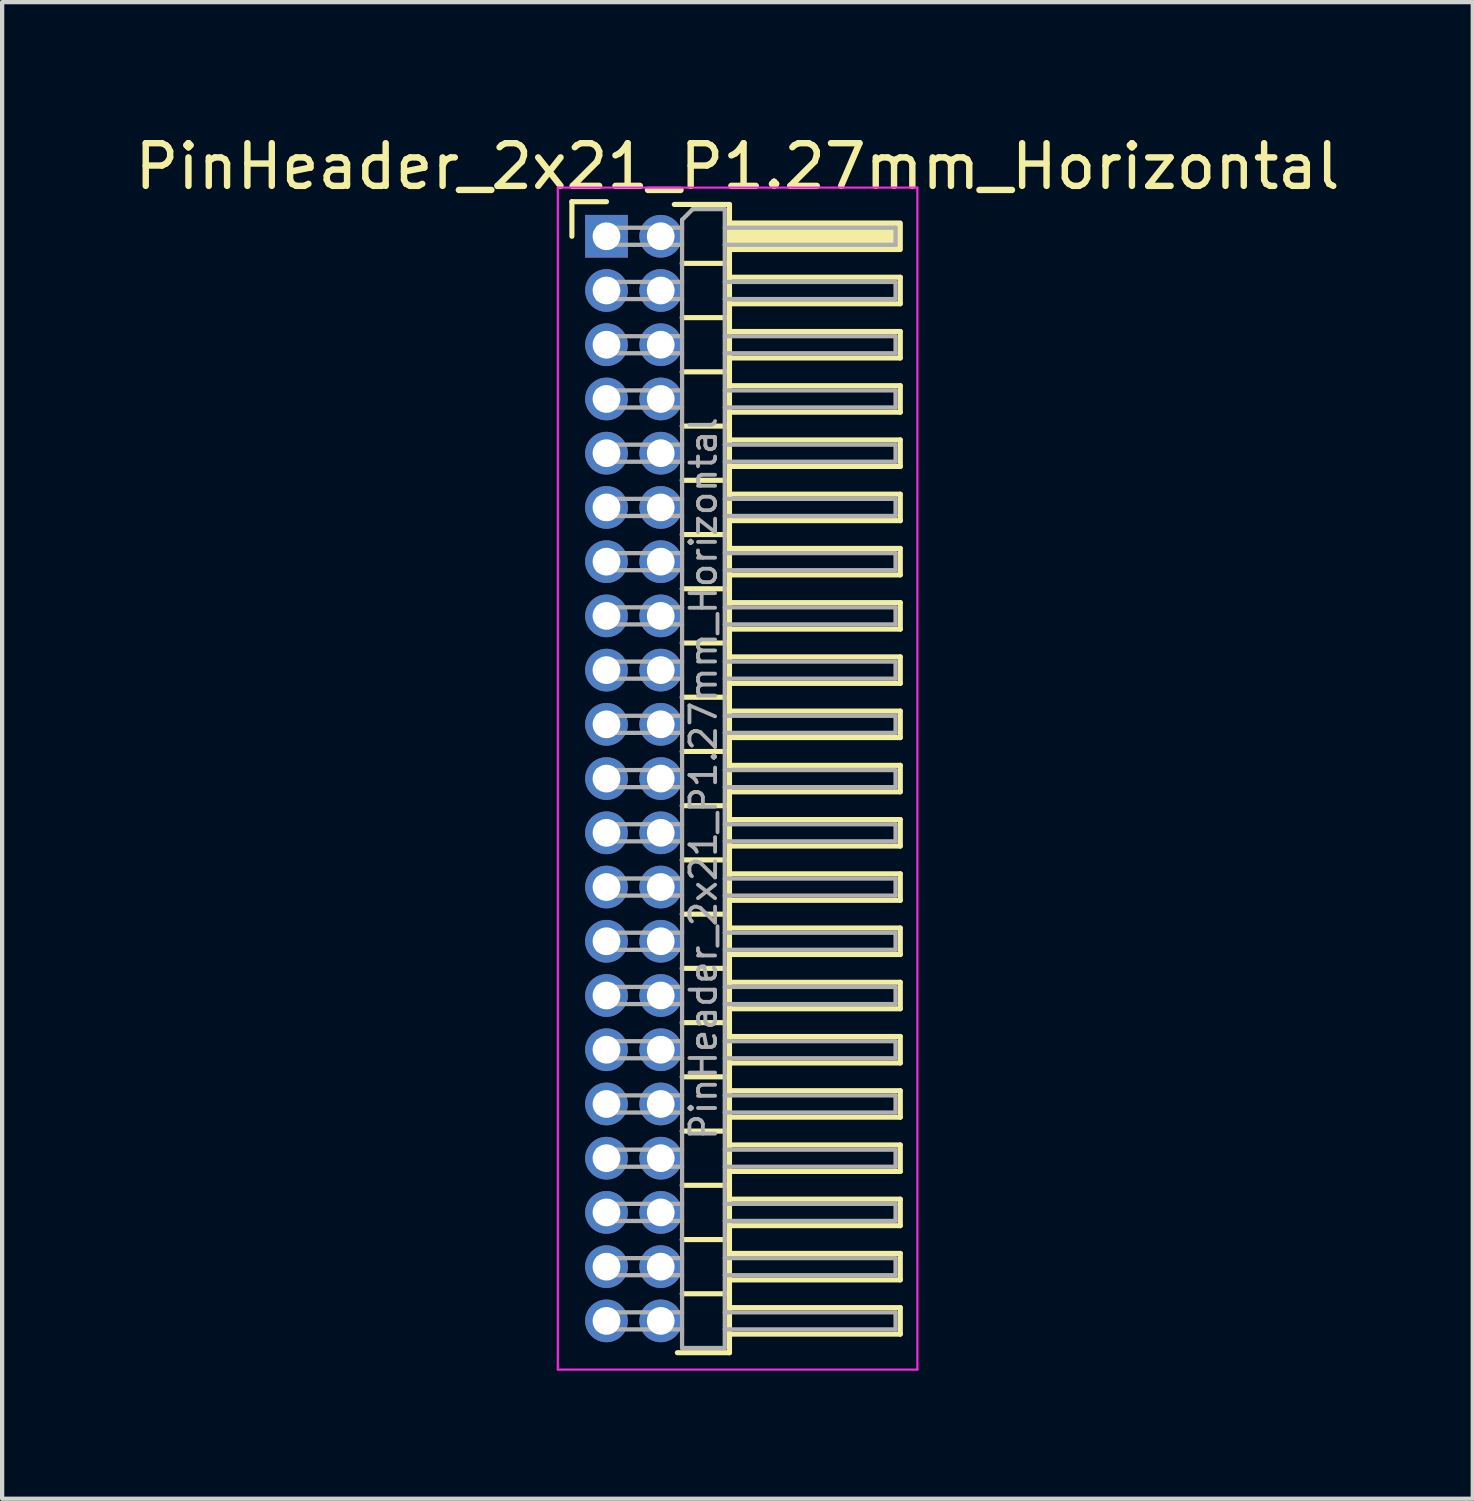
<source format=kicad_pcb>
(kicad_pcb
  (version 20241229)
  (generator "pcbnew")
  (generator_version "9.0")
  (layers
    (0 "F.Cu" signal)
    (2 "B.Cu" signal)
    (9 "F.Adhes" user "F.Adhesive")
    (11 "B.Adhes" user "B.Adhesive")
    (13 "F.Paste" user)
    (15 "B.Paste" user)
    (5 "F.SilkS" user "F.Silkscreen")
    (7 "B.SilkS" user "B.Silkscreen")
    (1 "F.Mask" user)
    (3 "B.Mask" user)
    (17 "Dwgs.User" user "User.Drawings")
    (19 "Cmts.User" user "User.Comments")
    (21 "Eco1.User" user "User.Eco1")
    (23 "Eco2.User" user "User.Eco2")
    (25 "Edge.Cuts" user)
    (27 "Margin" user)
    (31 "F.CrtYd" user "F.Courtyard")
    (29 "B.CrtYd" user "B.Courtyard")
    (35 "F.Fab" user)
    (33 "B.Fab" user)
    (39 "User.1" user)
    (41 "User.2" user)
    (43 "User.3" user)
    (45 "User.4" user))
  (footprint "PinHeader_2x21_P1.27mm_Horizontal"
    (layer "F.Cu")
    (at 11.153 2.483)
    (property "Reference" "PinHeader_2x21_P1.27mm_Horizontal" (at 3.067 -1.635 0) (layer "F.SilkS") (effects (font (size 1 1) (thickness 0.15))))
    (attr through_hole)
    (fp_line (start -0.81 -0.81) (end 0 -0.81) (stroke (width 0.12) (type solid)) (layer "F.SilkS"))
    (fp_line (start -0.81 0) (end -0.81 -0.81) (stroke (width 0.12) (type solid)) (layer "F.SilkS"))
    (fp_line (start 1.588 -0.745) (end 2.88 -0.745) (stroke (width 0.12) (type solid)) (layer "F.SilkS"))
    (fp_line (start 1.773 0.635) (end 2.88 0.635) (stroke (width 0.12) (type solid)) (layer "F.SilkS"))
    (fp_line (start 1.773 1.905) (end 2.88 1.905) (stroke (width 0.12) (type solid)) (layer "F.SilkS"))
    (fp_line (start 1.773 3.175) (end 2.88 3.175) (stroke (width 0.12) (type solid)) (layer "F.SilkS"))
    (fp_line (start 1.773 4.445) (end 2.88 4.445) (stroke (width 0.12) (type solid)) (layer "F.SilkS"))
    (fp_line (start 1.773 5.715) (end 2.88 5.715) (stroke (width 0.12) (type solid)) (layer "F.SilkS"))
    (fp_line (start 1.773 6.985) (end 2.88 6.985) (stroke (width 0.12) (type solid)) (layer "F.SilkS"))
    (fp_line (start 1.773 8.255) (end 2.88 8.255) (stroke (width 0.12) (type solid)) (layer "F.SilkS"))
    (fp_line (start 1.773 9.525) (end 2.88 9.525) (stroke (width 0.12) (type solid)) (layer "F.SilkS"))
    (fp_line (start 1.773 10.795) (end 2.88 10.795) (stroke (width 0.12) (type solid)) (layer "F.SilkS"))
    (fp_line (start 1.773 12.065) (end 2.88 12.065) (stroke (width 0.12) (type solid)) (layer "F.SilkS"))
    (fp_line (start 1.773 13.335) (end 2.88 13.335) (stroke (width 0.12) (type solid)) (layer "F.SilkS"))
    (fp_line (start 1.773 14.605) (end 2.88 14.605) (stroke (width 0.12) (type solid)) (layer "F.SilkS"))
    (fp_line (start 1.773 15.875) (end 2.88 15.875) (stroke (width 0.12) (type solid)) (layer "F.SilkS"))
    (fp_line (start 1.773 17.145) (end 2.88 17.145) (stroke (width 0.12) (type solid)) (layer "F.SilkS"))
    (fp_line (start 1.773 18.415) (end 2.88 18.415) (stroke (width 0.12) (type solid)) (layer "F.SilkS"))
    (fp_line (start 1.773 19.685) (end 2.88 19.685) (stroke (width 0.12) (type solid)) (layer "F.SilkS"))
    (fp_line (start 1.773 20.955) (end 2.88 20.955) (stroke (width 0.12) (type solid)) (layer "F.SilkS"))
    (fp_line (start 1.773 22.225) (end 2.88 22.225) (stroke (width 0.12) (type solid)) (layer "F.SilkS"))
    (fp_line (start 1.773 23.495) (end 2.88 23.495) (stroke (width 0.12) (type solid)) (layer "F.SilkS"))
    (fp_line (start 1.773 24.765) (end 2.88 24.765) (stroke (width 0.12) (type solid)) (layer "F.SilkS"))
    (fp_line (start 2.88 -0.745) (end 2.88 26.145) (stroke (width 0.12) (type solid)) (layer "F.SilkS"))
    (fp_line (start 2.88 0.96) (end 6.88 0.96) (stroke (width 0.12) (type solid)) (layer "F.SilkS"))
    (fp_line (start 2.88 2.23) (end 6.88 2.23) (stroke (width 0.12) (type solid)) (layer "F.SilkS"))
    (fp_line (start 2.88 3.5) (end 6.88 3.5) (stroke (width 0.12) (type solid)) (layer "F.SilkS"))
    (fp_line (start 2.88 4.77) (end 6.88 4.77) (stroke (width 0.12) (type solid)) (layer "F.SilkS"))
    (fp_line (start 2.88 6.04) (end 6.88 6.04) (stroke (width 0.12) (type solid)) (layer "F.SilkS"))
    (fp_line (start 2.88 7.31) (end 6.88 7.31) (stroke (width 0.12) (type solid)) (layer "F.SilkS"))
    (fp_line (start 2.88 8.58) (end 6.88 8.58) (stroke (width 0.12) (type solid)) (layer "F.SilkS"))
    (fp_line (start 2.88 9.85) (end 6.88 9.85) (stroke (width 0.12) (type solid)) (layer "F.SilkS"))
    (fp_line (start 2.88 11.12) (end 6.88 11.12) (stroke (width 0.12) (type solid)) (layer "F.SilkS"))
    (fp_line (start 2.88 12.39) (end 6.88 12.39) (stroke (width 0.12) (type solid)) (layer "F.SilkS"))
    (fp_line (start 2.88 13.66) (end 6.88 13.66) (stroke (width 0.12) (type solid)) (layer "F.SilkS"))
    (fp_line (start 2.88 14.93) (end 6.88 14.93) (stroke (width 0.12) (type solid)) (layer "F.SilkS"))
    (fp_line (start 2.88 16.2) (end 6.88 16.2) (stroke (width 0.12) (type solid)) (layer "F.SilkS"))
    (fp_line (start 2.88 17.47) (end 6.88 17.47) (stroke (width 0.12) (type solid)) (layer "F.SilkS"))
    (fp_line (start 2.88 18.74) (end 6.88 18.74) (stroke (width 0.12) (type solid)) (layer "F.SilkS"))
    (fp_line (start 2.88 20.01) (end 6.88 20.01) (stroke (width 0.12) (type solid)) (layer "F.SilkS"))
    (fp_line (start 2.88 21.28) (end 6.88 21.28) (stroke (width 0.12) (type solid)) (layer "F.SilkS"))
    (fp_line (start 2.88 22.55) (end 6.88 22.55) (stroke (width 0.12) (type solid)) (layer "F.SilkS"))
    (fp_line (start 2.88 23.82) (end 6.88 23.82) (stroke (width 0.12) (type solid)) (layer "F.SilkS"))
    (fp_line (start 2.88 25.09) (end 6.88 25.09) (stroke (width 0.12) (type solid)) (layer "F.SilkS"))
    (fp_line (start 2.88 26.145) (end 1.66 26.145) (stroke (width 0.12) (type solid)) (layer "F.SilkS"))
    (fp_line (start 6.88 0.96) (end 6.88 1.58) (stroke (width 0.12) (type solid)) (layer "F.SilkS"))
    (fp_line (start 6.88 1.58) (end 2.88 1.58) (stroke (width 0.12) (type solid)) (layer "F.SilkS"))
    (fp_line (start 6.88 2.23) (end 6.88 2.85) (stroke (width 0.12) (type solid)) (layer "F.SilkS"))
    (fp_line (start 6.88 2.85) (end 2.88 2.85) (stroke (width 0.12) (type solid)) (layer "F.SilkS"))
    (fp_line (start 6.88 3.5) (end 6.88 4.12) (stroke (width 0.12) (type solid)) (layer "F.SilkS"))
    (fp_line (start 6.88 4.12) (end 2.88 4.12) (stroke (width 0.12) (type solid)) (layer "F.SilkS"))
    (fp_line (start 6.88 4.77) (end 6.88 5.39) (stroke (width 0.12) (type solid)) (layer "F.SilkS"))
    (fp_line (start 6.88 5.39) (end 2.88 5.39) (stroke (width 0.12) (type solid)) (layer "F.SilkS"))
    (fp_line (start 6.88 6.04) (end 6.88 6.66) (stroke (width 0.12) (type solid)) (layer "F.SilkS"))
    (fp_line (start 6.88 6.66) (end 2.88 6.66) (stroke (width 0.12) (type solid)) (layer "F.SilkS"))
    (fp_line (start 6.88 7.31) (end 6.88 7.93) (stroke (width 0.12) (type solid)) (layer "F.SilkS"))
    (fp_line (start 6.88 7.93) (end 2.88 7.93) (stroke (width 0.12) (type solid)) (layer "F.SilkS"))
    (fp_line (start 6.88 8.58) (end 6.88 9.2) (stroke (width 0.12) (type solid)) (layer "F.SilkS"))
    (fp_line (start 6.88 9.2) (end 2.88 9.2) (stroke (width 0.12) (type solid)) (layer "F.SilkS"))
    (fp_line (start 6.88 9.85) (end 6.88 10.47) (stroke (width 0.12) (type solid)) (layer "F.SilkS"))
    (fp_line (start 6.88 10.47) (end 2.88 10.47) (stroke (width 0.12) (type solid)) (layer "F.SilkS"))
    (fp_line (start 6.88 11.12) (end 6.88 11.74) (stroke (width 0.12) (type solid)) (layer "F.SilkS"))
    (fp_line (start 6.88 11.74) (end 2.88 11.74) (stroke (width 0.12) (type solid)) (layer "F.SilkS"))
    (fp_line (start 6.88 12.39) (end 6.88 13.01) (stroke (width 0.12) (type solid)) (layer "F.SilkS"))
    (fp_line (start 6.88 13.01) (end 2.88 13.01) (stroke (width 0.12) (type solid)) (layer "F.SilkS"))
    (fp_line (start 6.88 13.66) (end 6.88 14.28) (stroke (width 0.12) (type solid)) (layer "F.SilkS"))
    (fp_line (start 6.88 14.28) (end 2.88 14.28) (stroke (width 0.12) (type solid)) (layer "F.SilkS"))
    (fp_line (start 6.88 14.93) (end 6.88 15.55) (stroke (width 0.12) (type solid)) (layer "F.SilkS"))
    (fp_line (start 6.88 15.55) (end 2.88 15.55) (stroke (width 0.12) (type solid)) (layer "F.SilkS"))
    (fp_line (start 6.88 16.2) (end 6.88 16.82) (stroke (width 0.12) (type solid)) (layer "F.SilkS"))
    (fp_line (start 6.88 16.82) (end 2.88 16.82) (stroke (width 0.12) (type solid)) (layer "F.SilkS"))
    (fp_line (start 6.88 17.47) (end 6.88 18.09) (stroke (width 0.12) (type solid)) (layer "F.SilkS"))
    (fp_line (start 6.88 18.09) (end 2.88 18.09) (stroke (width 0.12) (type solid)) (layer "F.SilkS"))
    (fp_line (start 6.88 18.74) (end 6.88 19.36) (stroke (width 0.12) (type solid)) (layer "F.SilkS"))
    (fp_line (start 6.88 19.36) (end 2.88 19.36) (stroke (width 0.12) (type solid)) (layer "F.SilkS"))
    (fp_line (start 6.88 20.01) (end 6.88 20.63) (stroke (width 0.12) (type solid)) (layer "F.SilkS"))
    (fp_line (start 6.88 20.63) (end 2.88 20.63) (stroke (width 0.12) (type solid)) (layer "F.SilkS"))
    (fp_line (start 6.88 21.28) (end 6.88 21.9) (stroke (width 0.12) (type solid)) (layer "F.SilkS"))
    (fp_line (start 6.88 21.9) (end 2.88 21.9) (stroke (width 0.12) (type solid)) (layer "F.SilkS"))
    (fp_line (start 6.88 22.55) (end 6.88 23.17) (stroke (width 0.12) (type solid)) (layer "F.SilkS"))
    (fp_line (start 6.88 23.17) (end 2.88 23.17) (stroke (width 0.12) (type solid)) (layer "F.SilkS"))
    (fp_line (start 6.88 23.82) (end 6.88 24.44) (stroke (width 0.12) (type solid)) (layer "F.SilkS"))
    (fp_line (start 6.88 24.44) (end 2.88 24.44) (stroke (width 0.12) (type solid)) (layer "F.SilkS"))
    (fp_line (start 6.88 25.09) (end 6.88 25.71) (stroke (width 0.12) (type solid)) (layer "F.SilkS"))
    (fp_line (start 6.88 25.71) (end 2.88 25.71) (stroke (width 0.12) (type solid)) (layer "F.SilkS"))
    (fp_rect (start 2.88 -0.31) (end 6.88 0.31) (stroke (width 0.12) (type solid)) (fill yes) (layer "F.SilkS"))
    (fp_line (start -1.14 -1.14) (end -1.14 26.54) (stroke (width 0.05) (type solid)) (layer "F.CrtYd"))
    (fp_line (start -1.14 26.54) (end 7.28 26.54) (stroke (width 0.05) (type solid)) (layer "F.CrtYd"))
    (fp_line (start 7.28 -1.14) (end -1.14 -1.14) (stroke (width 0.05) (type solid)) (layer "F.CrtYd"))
    (fp_line (start 7.28 26.54) (end 7.28 -1.14) (stroke (width 0.05) (type solid)) (layer "F.CrtYd"))
    (fp_line (start -0.2 -0.2) (end -0.2 0.2) (stroke (width 0.1) (type solid)) (layer "F.Fab"))
    (fp_line (start -0.2 -0.2) (end 1.77 -0.2) (stroke (width 0.1) (type solid)) (layer "F.Fab"))
    (fp_line (start -0.2 0.2) (end 1.77 0.2) (stroke (width 0.1) (type solid)) (layer "F.Fab"))
    (fp_line (start -0.2 1.07) (end -0.2 1.47) (stroke (width 0.1) (type solid)) (layer "F.Fab"))
    (fp_line (start -0.2 1.07) (end 1.77 1.07) (stroke (width 0.1) (type solid)) (layer "F.Fab"))
    (fp_line (start -0.2 1.47) (end 1.77 1.47) (stroke (width 0.1) (type solid)) (layer "F.Fab"))
    (fp_line (start -0.2 2.34) (end -0.2 2.74) (stroke (width 0.1) (type solid)) (layer "F.Fab"))
    (fp_line (start -0.2 2.34) (end 1.77 2.34) (stroke (width 0.1) (type solid)) (layer "F.Fab"))
    (fp_line (start -0.2 2.74) (end 1.77 2.74) (stroke (width 0.1) (type solid)) (layer "F.Fab"))
    (fp_line (start -0.2 3.61) (end -0.2 4.01) (stroke (width 0.1) (type solid)) (layer "F.Fab"))
    (fp_line (start -0.2 3.61) (end 1.77 3.61) (stroke (width 0.1) (type solid)) (layer "F.Fab"))
    (fp_line (start -0.2 4.01) (end 1.77 4.01) (stroke (width 0.1) (type solid)) (layer "F.Fab"))
    (fp_line (start -0.2 4.88) (end -0.2 5.28) (stroke (width 0.1) (type solid)) (layer "F.Fab"))
    (fp_line (start -0.2 4.88) (end 1.77 4.88) (stroke (width 0.1) (type solid)) (layer "F.Fab"))
    (fp_line (start -0.2 5.28) (end 1.77 5.28) (stroke (width 0.1) (type solid)) (layer "F.Fab"))
    (fp_line (start -0.2 6.15) (end -0.2 6.55) (stroke (width 0.1) (type solid)) (layer "F.Fab"))
    (fp_line (start -0.2 6.15) (end 1.77 6.15) (stroke (width 0.1) (type solid)) (layer "F.Fab"))
    (fp_line (start -0.2 6.55) (end 1.77 6.55) (stroke (width 0.1) (type solid)) (layer "F.Fab"))
    (fp_line (start -0.2 7.42) (end -0.2 7.82) (stroke (width 0.1) (type solid)) (layer "F.Fab"))
    (fp_line (start -0.2 7.42) (end 1.77 7.42) (stroke (width 0.1) (type solid)) (layer "F.Fab"))
    (fp_line (start -0.2 7.82) (end 1.77 7.82) (stroke (width 0.1) (type solid)) (layer "F.Fab"))
    (fp_line (start -0.2 8.69) (end -0.2 9.09) (stroke (width 0.1) (type solid)) (layer "F.Fab"))
    (fp_line (start -0.2 8.69) (end 1.77 8.69) (stroke (width 0.1) (type solid)) (layer "F.Fab"))
    (fp_line (start -0.2 9.09) (end 1.77 9.09) (stroke (width 0.1) (type solid)) (layer "F.Fab"))
    (fp_line (start -0.2 9.96) (end -0.2 10.36) (stroke (width 0.1) (type solid)) (layer "F.Fab"))
    (fp_line (start -0.2 9.96) (end 1.77 9.96) (stroke (width 0.1) (type solid)) (layer "F.Fab"))
    (fp_line (start -0.2 10.36) (end 1.77 10.36) (stroke (width 0.1) (type solid)) (layer "F.Fab"))
    (fp_line (start -0.2 11.23) (end -0.2 11.63) (stroke (width 0.1) (type solid)) (layer "F.Fab"))
    (fp_line (start -0.2 11.23) (end 1.77 11.23) (stroke (width 0.1) (type solid)) (layer "F.Fab"))
    (fp_line (start -0.2 11.63) (end 1.77 11.63) (stroke (width 0.1) (type solid)) (layer "F.Fab"))
    (fp_line (start -0.2 12.5) (end -0.2 12.9) (stroke (width 0.1) (type solid)) (layer "F.Fab"))
    (fp_line (start -0.2 12.5) (end 1.77 12.5) (stroke (width 0.1) (type solid)) (layer "F.Fab"))
    (fp_line (start -0.2 12.9) (end 1.77 12.9) (stroke (width 0.1) (type solid)) (layer "F.Fab"))
    (fp_line (start -0.2 13.77) (end -0.2 14.17) (stroke (width 0.1) (type solid)) (layer "F.Fab"))
    (fp_line (start -0.2 13.77) (end 1.77 13.77) (stroke (width 0.1) (type solid)) (layer "F.Fab"))
    (fp_line (start -0.2 14.17) (end 1.77 14.17) (stroke (width 0.1) (type solid)) (layer "F.Fab"))
    (fp_line (start -0.2 15.04) (end -0.2 15.44) (stroke (width 0.1) (type solid)) (layer "F.Fab"))
    (fp_line (start -0.2 15.04) (end 1.77 15.04) (stroke (width 0.1) (type solid)) (layer "F.Fab"))
    (fp_line (start -0.2 15.44) (end 1.77 15.44) (stroke (width 0.1) (type solid)) (layer "F.Fab"))
    (fp_line (start -0.2 16.31) (end -0.2 16.71) (stroke (width 0.1) (type solid)) (layer "F.Fab"))
    (fp_line (start -0.2 16.31) (end 1.77 16.31) (stroke (width 0.1) (type solid)) (layer "F.Fab"))
    (fp_line (start -0.2 16.71) (end 1.77 16.71) (stroke (width 0.1) (type solid)) (layer "F.Fab"))
    (fp_line (start -0.2 17.58) (end -0.2 17.98) (stroke (width 0.1) (type solid)) (layer "F.Fab"))
    (fp_line (start -0.2 17.58) (end 1.77 17.58) (stroke (width 0.1) (type solid)) (layer "F.Fab"))
    (fp_line (start -0.2 17.98) (end 1.77 17.98) (stroke (width 0.1) (type solid)) (layer "F.Fab"))
    (fp_line (start -0.2 18.85) (end -0.2 19.25) (stroke (width 0.1) (type solid)) (layer "F.Fab"))
    (fp_line (start -0.2 18.85) (end 1.77 18.85) (stroke (width 0.1) (type solid)) (layer "F.Fab"))
    (fp_line (start -0.2 19.25) (end 1.77 19.25) (stroke (width 0.1) (type solid)) (layer "F.Fab"))
    (fp_line (start -0.2 20.12) (end -0.2 20.52) (stroke (width 0.1) (type solid)) (layer "F.Fab"))
    (fp_line (start -0.2 20.12) (end 1.77 20.12) (stroke (width 0.1) (type solid)) (layer "F.Fab"))
    (fp_line (start -0.2 20.52) (end 1.77 20.52) (stroke (width 0.1) (type solid)) (layer "F.Fab"))
    (fp_line (start -0.2 21.39) (end -0.2 21.79) (stroke (width 0.1) (type solid)) (layer "F.Fab"))
    (fp_line (start -0.2 21.39) (end 1.77 21.39) (stroke (width 0.1) (type solid)) (layer "F.Fab"))
    (fp_line (start -0.2 21.79) (end 1.77 21.79) (stroke (width 0.1) (type solid)) (layer "F.Fab"))
    (fp_line (start -0.2 22.66) (end -0.2 23.06) (stroke (width 0.1) (type solid)) (layer "F.Fab"))
    (fp_line (start -0.2 22.66) (end 1.77 22.66) (stroke (width 0.1) (type solid)) (layer "F.Fab"))
    (fp_line (start -0.2 23.06) (end 1.77 23.06) (stroke (width 0.1) (type solid)) (layer "F.Fab"))
    (fp_line (start -0.2 23.93) (end -0.2 24.33) (stroke (width 0.1) (type solid)) (layer "F.Fab"))
    (fp_line (start -0.2 23.93) (end 1.77 23.93) (stroke (width 0.1) (type solid)) (layer "F.Fab"))
    (fp_line (start -0.2 24.33) (end 1.77 24.33) (stroke (width 0.1) (type solid)) (layer "F.Fab"))
    (fp_line (start -0.2 25.2) (end -0.2 25.6) (stroke (width 0.1) (type solid)) (layer "F.Fab"))
    (fp_line (start -0.2 25.2) (end 1.77 25.2) (stroke (width 0.1) (type solid)) (layer "F.Fab"))
    (fp_line (start -0.2 25.6) (end 1.77 25.6) (stroke (width 0.1) (type solid)) (layer "F.Fab"))
    (fp_line (start 1.77 -0.385) (end 2.02 -0.635) (stroke (width 0.1) (type solid)) (layer "F.Fab"))
    (fp_line (start 1.77 26.035) (end 1.77 -0.385) (stroke (width 0.1) (type solid)) (layer "F.Fab"))
    (fp_line (start 2.02 -0.635) (end 2.77 -0.635) (stroke (width 0.1) (type solid)) (layer "F.Fab"))
    (fp_line (start 2.77 -0.635) (end 2.77 26.035) (stroke (width 0.1) (type solid)) (layer "F.Fab"))
    (fp_line (start 2.77 -0.2) (end 6.77 -0.2) (stroke (width 0.1) (type solid)) (layer "F.Fab"))
    (fp_line (start 2.77 0.2) (end 6.77 0.2) (stroke (width 0.1) (type solid)) (layer "F.Fab"))
    (fp_line (start 2.77 1.07) (end 6.77 1.07) (stroke (width 0.1) (type solid)) (layer "F.Fab"))
    (fp_line (start 2.77 1.47) (end 6.77 1.47) (stroke (width 0.1) (type solid)) (layer "F.Fab"))
    (fp_line (start 2.77 2.34) (end 6.77 2.34) (stroke (width 0.1) (type solid)) (layer "F.Fab"))
    (fp_line (start 2.77 2.74) (end 6.77 2.74) (stroke (width 0.1) (type solid)) (layer "F.Fab"))
    (fp_line (start 2.77 3.61) (end 6.77 3.61) (stroke (width 0.1) (type solid)) (layer "F.Fab"))
    (fp_line (start 2.77 4.01) (end 6.77 4.01) (stroke (width 0.1) (type solid)) (layer "F.Fab"))
    (fp_line (start 2.77 4.88) (end 6.77 4.88) (stroke (width 0.1) (type solid)) (layer "F.Fab"))
    (fp_line (start 2.77 5.28) (end 6.77 5.28) (stroke (width 0.1) (type solid)) (layer "F.Fab"))
    (fp_line (start 2.77 6.15) (end 6.77 6.15) (stroke (width 0.1) (type solid)) (layer "F.Fab"))
    (fp_line (start 2.77 6.55) (end 6.77 6.55) (stroke (width 0.1) (type solid)) (layer "F.Fab"))
    (fp_line (start 2.77 7.42) (end 6.77 7.42) (stroke (width 0.1) (type solid)) (layer "F.Fab"))
    (fp_line (start 2.77 7.82) (end 6.77 7.82) (stroke (width 0.1) (type solid)) (layer "F.Fab"))
    (fp_line (start 2.77 8.69) (end 6.77 8.69) (stroke (width 0.1) (type solid)) (layer "F.Fab"))
    (fp_line (start 2.77 9.09) (end 6.77 9.09) (stroke (width 0.1) (type solid)) (layer "F.Fab"))
    (fp_line (start 2.77 9.96) (end 6.77 9.96) (stroke (width 0.1) (type solid)) (layer "F.Fab"))
    (fp_line (start 2.77 10.36) (end 6.77 10.36) (stroke (width 0.1) (type solid)) (layer "F.Fab"))
    (fp_line (start 2.77 11.23) (end 6.77 11.23) (stroke (width 0.1) (type solid)) (layer "F.Fab"))
    (fp_line (start 2.77 11.63) (end 6.77 11.63) (stroke (width 0.1) (type solid)) (layer "F.Fab"))
    (fp_line (start 2.77 12.5) (end 6.77 12.5) (stroke (width 0.1) (type solid)) (layer "F.Fab"))
    (fp_line (start 2.77 12.9) (end 6.77 12.9) (stroke (width 0.1) (type solid)) (layer "F.Fab"))
    (fp_line (start 2.77 13.77) (end 6.77 13.77) (stroke (width 0.1) (type solid)) (layer "F.Fab"))
    (fp_line (start 2.77 14.17) (end 6.77 14.17) (stroke (width 0.1) (type solid)) (layer "F.Fab"))
    (fp_line (start 2.77 15.04) (end 6.77 15.04) (stroke (width 0.1) (type solid)) (layer "F.Fab"))
    (fp_line (start 2.77 15.44) (end 6.77 15.44) (stroke (width 0.1) (type solid)) (layer "F.Fab"))
    (fp_line (start 2.77 16.31) (end 6.77 16.31) (stroke (width 0.1) (type solid)) (layer "F.Fab"))
    (fp_line (start 2.77 16.71) (end 6.77 16.71) (stroke (width 0.1) (type solid)) (layer "F.Fab"))
    (fp_line (start 2.77 17.58) (end 6.77 17.58) (stroke (width 0.1) (type solid)) (layer "F.Fab"))
    (fp_line (start 2.77 17.98) (end 6.77 17.98) (stroke (width 0.1) (type solid)) (layer "F.Fab"))
    (fp_line (start 2.77 18.85) (end 6.77 18.85) (stroke (width 0.1) (type solid)) (layer "F.Fab"))
    (fp_line (start 2.77 19.25) (end 6.77 19.25) (stroke (width 0.1) (type solid)) (layer "F.Fab"))
    (fp_line (start 2.77 20.12) (end 6.77 20.12) (stroke (width 0.1) (type solid)) (layer "F.Fab"))
    (fp_line (start 2.77 20.52) (end 6.77 20.52) (stroke (width 0.1) (type solid)) (layer "F.Fab"))
    (fp_line (start 2.77 21.39) (end 6.77 21.39) (stroke (width 0.1) (type solid)) (layer "F.Fab"))
    (fp_line (start 2.77 21.79) (end 6.77 21.79) (stroke (width 0.1) (type solid)) (layer "F.Fab"))
    (fp_line (start 2.77 22.66) (end 6.77 22.66) (stroke (width 0.1) (type solid)) (layer "F.Fab"))
    (fp_line (start 2.77 23.06) (end 6.77 23.06) (stroke (width 0.1) (type solid)) (layer "F.Fab"))
    (fp_line (start 2.77 23.93) (end 6.77 23.93) (stroke (width 0.1) (type solid)) (layer "F.Fab"))
    (fp_line (start 2.77 24.33) (end 6.77 24.33) (stroke (width 0.1) (type solid)) (layer "F.Fab"))
    (fp_line (start 2.77 25.2) (end 6.77 25.2) (stroke (width 0.1) (type solid)) (layer "F.Fab"))
    (fp_line (start 2.77 25.6) (end 6.77 25.6) (stroke (width 0.1) (type solid)) (layer "F.Fab"))
    (fp_line (start 2.77 26.035) (end 1.77 26.035) (stroke (width 0.1) (type solid)) (layer "F.Fab"))
    (fp_line (start 6.77 -0.2) (end 6.77 0.2) (stroke (width 0.1) (type solid)) (layer "F.Fab"))
    (fp_line (start 6.77 1.07) (end 6.77 1.47) (stroke (width 0.1) (type solid)) (layer "F.Fab"))
    (fp_line (start 6.77 2.34) (end 6.77 2.74) (stroke (width 0.1) (type solid)) (layer "F.Fab"))
    (fp_line (start 6.77 3.61) (end 6.77 4.01) (stroke (width 0.1) (type solid)) (layer "F.Fab"))
    (fp_line (start 6.77 4.88) (end 6.77 5.28) (stroke (width 0.1) (type solid)) (layer "F.Fab"))
    (fp_line (start 6.77 6.15) (end 6.77 6.55) (stroke (width 0.1) (type solid)) (layer "F.Fab"))
    (fp_line (start 6.77 7.42) (end 6.77 7.82) (stroke (width 0.1) (type solid)) (layer "F.Fab"))
    (fp_line (start 6.77 8.69) (end 6.77 9.09) (stroke (width 0.1) (type solid)) (layer "F.Fab"))
    (fp_line (start 6.77 9.96) (end 6.77 10.36) (stroke (width 0.1) (type solid)) (layer "F.Fab"))
    (fp_line (start 6.77 11.23) (end 6.77 11.63) (stroke (width 0.1) (type solid)) (layer "F.Fab"))
    (fp_line (start 6.77 12.5) (end 6.77 12.9) (stroke (width 0.1) (type solid)) (layer "F.Fab"))
    (fp_line (start 6.77 13.77) (end 6.77 14.17) (stroke (width 0.1) (type solid)) (layer "F.Fab"))
    (fp_line (start 6.77 15.04) (end 6.77 15.44) (stroke (width 0.1) (type solid)) (layer "F.Fab"))
    (fp_line (start 6.77 16.31) (end 6.77 16.71) (stroke (width 0.1) (type solid)) (layer "F.Fab"))
    (fp_line (start 6.77 17.58) (end 6.77 17.98) (stroke (width 0.1) (type solid)) (layer "F.Fab"))
    (fp_line (start 6.77 18.85) (end 6.77 19.25) (stroke (width 0.1) (type solid)) (layer "F.Fab"))
    (fp_line (start 6.77 20.12) (end 6.77 20.52) (stroke (width 0.1) (type solid)) (layer "F.Fab"))
    (fp_line (start 6.77 21.39) (end 6.77 21.79) (stroke (width 0.1) (type solid)) (layer "F.Fab"))
    (fp_line (start 6.77 22.66) (end 6.77 23.06) (stroke (width 0.1) (type solid)) (layer "F.Fab"))
    (fp_line (start 6.77 23.93) (end 6.77 24.33) (stroke (width 0.1) (type solid)) (layer "F.Fab"))
    (fp_line (start 6.77 25.2) (end 6.77 25.6) (stroke (width 0.1) (type solid)) (layer "F.Fab"))
    (fp_text user "${REFERENCE}" (at 2.27 12.7 90) (layer "F.Fab") (effects (font (size 0.6 0.6) (thickness 0.09))))
    (pad "1" thru_hole rect (at 0 0) (size 1 1) (drill 0.65) (layers "*.Cu" "*.Mask"))
    (pad "2" thru_hole circle (at 1.27 0) (size 1 1) (drill 0.65) (layers "*.Cu" "*.Mask"))
    (pad "3" thru_hole circle (at 0 1.27) (size 1 1) (drill 0.65) (layers "*.Cu" "*.Mask"))
    (pad "4" thru_hole circle (at 1.27 1.27) (size 1 1) (drill 0.65) (layers "*.Cu" "*.Mask"))
    (pad "5" thru_hole circle (at 0 2.54) (size 1 1) (drill 0.65) (layers "*.Cu" "*.Mask"))
    (pad "6" thru_hole circle (at 1.27 2.54) (size 1 1) (drill 0.65) (layers "*.Cu" "*.Mask"))
    (pad "7" thru_hole circle (at 0 3.81) (size 1 1) (drill 0.65) (layers "*.Cu" "*.Mask"))
    (pad "8" thru_hole circle (at 1.27 3.81) (size 1 1) (drill 0.65) (layers "*.Cu" "*.Mask"))
    (pad "9" thru_hole circle (at 0 5.08) (size 1 1) (drill 0.65) (layers "*.Cu" "*.Mask"))
    (pad "10" thru_hole circle (at 1.27 5.08) (size 1 1) (drill 0.65) (layers "*.Cu" "*.Mask"))
    (pad "11" thru_hole circle (at 0 6.35) (size 1 1) (drill 0.65) (layers "*.Cu" "*.Mask"))
    (pad "12" thru_hole circle (at 1.27 6.35) (size 1 1) (drill 0.65) (layers "*.Cu" "*.Mask"))
    (pad "13" thru_hole circle (at 0 7.62) (size 1 1) (drill 0.65) (layers "*.Cu" "*.Mask"))
    (pad "14" thru_hole circle (at 1.27 7.62) (size 1 1) (drill 0.65) (layers "*.Cu" "*.Mask"))
    (pad "15" thru_hole circle (at 0 8.89) (size 1 1) (drill 0.65) (layers "*.Cu" "*.Mask"))
    (pad "16" thru_hole circle (at 1.27 8.89) (size 1 1) (drill 0.65) (layers "*.Cu" "*.Mask"))
    (pad "17" thru_hole circle (at 0 10.16) (size 1 1) (drill 0.65) (layers "*.Cu" "*.Mask"))
    (pad "18" thru_hole circle (at 1.27 10.16) (size 1 1) (drill 0.65) (layers "*.Cu" "*.Mask"))
    (pad "19" thru_hole circle (at 0 11.43) (size 1 1) (drill 0.65) (layers "*.Cu" "*.Mask"))
    (pad "20" thru_hole circle (at 1.27 11.43) (size 1 1) (drill 0.65) (layers "*.Cu" "*.Mask"))
    (pad "21" thru_hole circle (at 0 12.7) (size 1 1) (drill 0.65) (layers "*.Cu" "*.Mask"))
    (pad "22" thru_hole circle (at 1.27 12.7) (size 1 1) (drill 0.65) (layers "*.Cu" "*.Mask"))
    (pad "23" thru_hole circle (at 0 13.97) (size 1 1) (drill 0.65) (layers "*.Cu" "*.Mask"))
    (pad "24" thru_hole circle (at 1.27 13.97) (size 1 1) (drill 0.65) (layers "*.Cu" "*.Mask"))
    (pad "25" thru_hole circle (at 0 15.24) (size 1 1) (drill 0.65) (layers "*.Cu" "*.Mask"))
    (pad "26" thru_hole circle (at 1.27 15.24) (size 1 1) (drill 0.65) (layers "*.Cu" "*.Mask"))
    (pad "27" thru_hole circle (at 0 16.51) (size 1 1) (drill 0.65) (layers "*.Cu" "*.Mask"))
    (pad "28" thru_hole circle (at 1.27 16.51) (size 1 1) (drill 0.65) (layers "*.Cu" "*.Mask"))
    (pad "29" thru_hole circle (at 0 17.78) (size 1 1) (drill 0.65) (layers "*.Cu" "*.Mask"))
    (pad "30" thru_hole circle (at 1.27 17.78) (size 1 1) (drill 0.65) (layers "*.Cu" "*.Mask"))
    (pad "31" thru_hole circle (at 0 19.05) (size 1 1) (drill 0.65) (layers "*.Cu" "*.Mask"))
    (pad "32" thru_hole circle (at 1.27 19.05) (size 1 1) (drill 0.65) (layers "*.Cu" "*.Mask"))
    (pad "33" thru_hole circle (at 0 20.32) (size 1 1) (drill 0.65) (layers "*.Cu" "*.Mask"))
    (pad "34" thru_hole circle (at 1.27 20.32) (size 1 1) (drill 0.65) (layers "*.Cu" "*.Mask"))
    (pad "35" thru_hole circle (at 0 21.59) (size 1 1) (drill 0.65) (layers "*.Cu" "*.Mask"))
    (pad "36" thru_hole circle (at 1.27 21.59) (size 1 1) (drill 0.65) (layers "*.Cu" "*.Mask"))
    (pad "37" thru_hole circle (at 0 22.86) (size 1 1) (drill 0.65) (layers "*.Cu" "*.Mask"))
    (pad "38" thru_hole circle (at 1.27 22.86) (size 1 1) (drill 0.65) (layers "*.Cu" "*.Mask"))
    (pad "39" thru_hole circle (at 0 24.13) (size 1 1) (drill 0.65) (layers "*.Cu" "*.Mask"))
    (pad "40" thru_hole circle (at 1.27 24.13) (size 1 1) (drill 0.65) (layers "*.Cu" "*.Mask"))
    (pad "41" thru_hole circle (at 0 25.4) (size 1 1) (drill 0.65) (layers "*.Cu" "*.Mask"))
    (pad "42" thru_hole circle (at 1.27 25.4) (size 1 1) (drill 0.65) (layers "*.Cu" "*.Mask")))
  (gr_rect
    (start -3 -3)
    (end 31.44 32.048)
    (stroke (width 0.1) (type default))
    (fill no)
    (layer "Edge.Cuts")))
</source>
